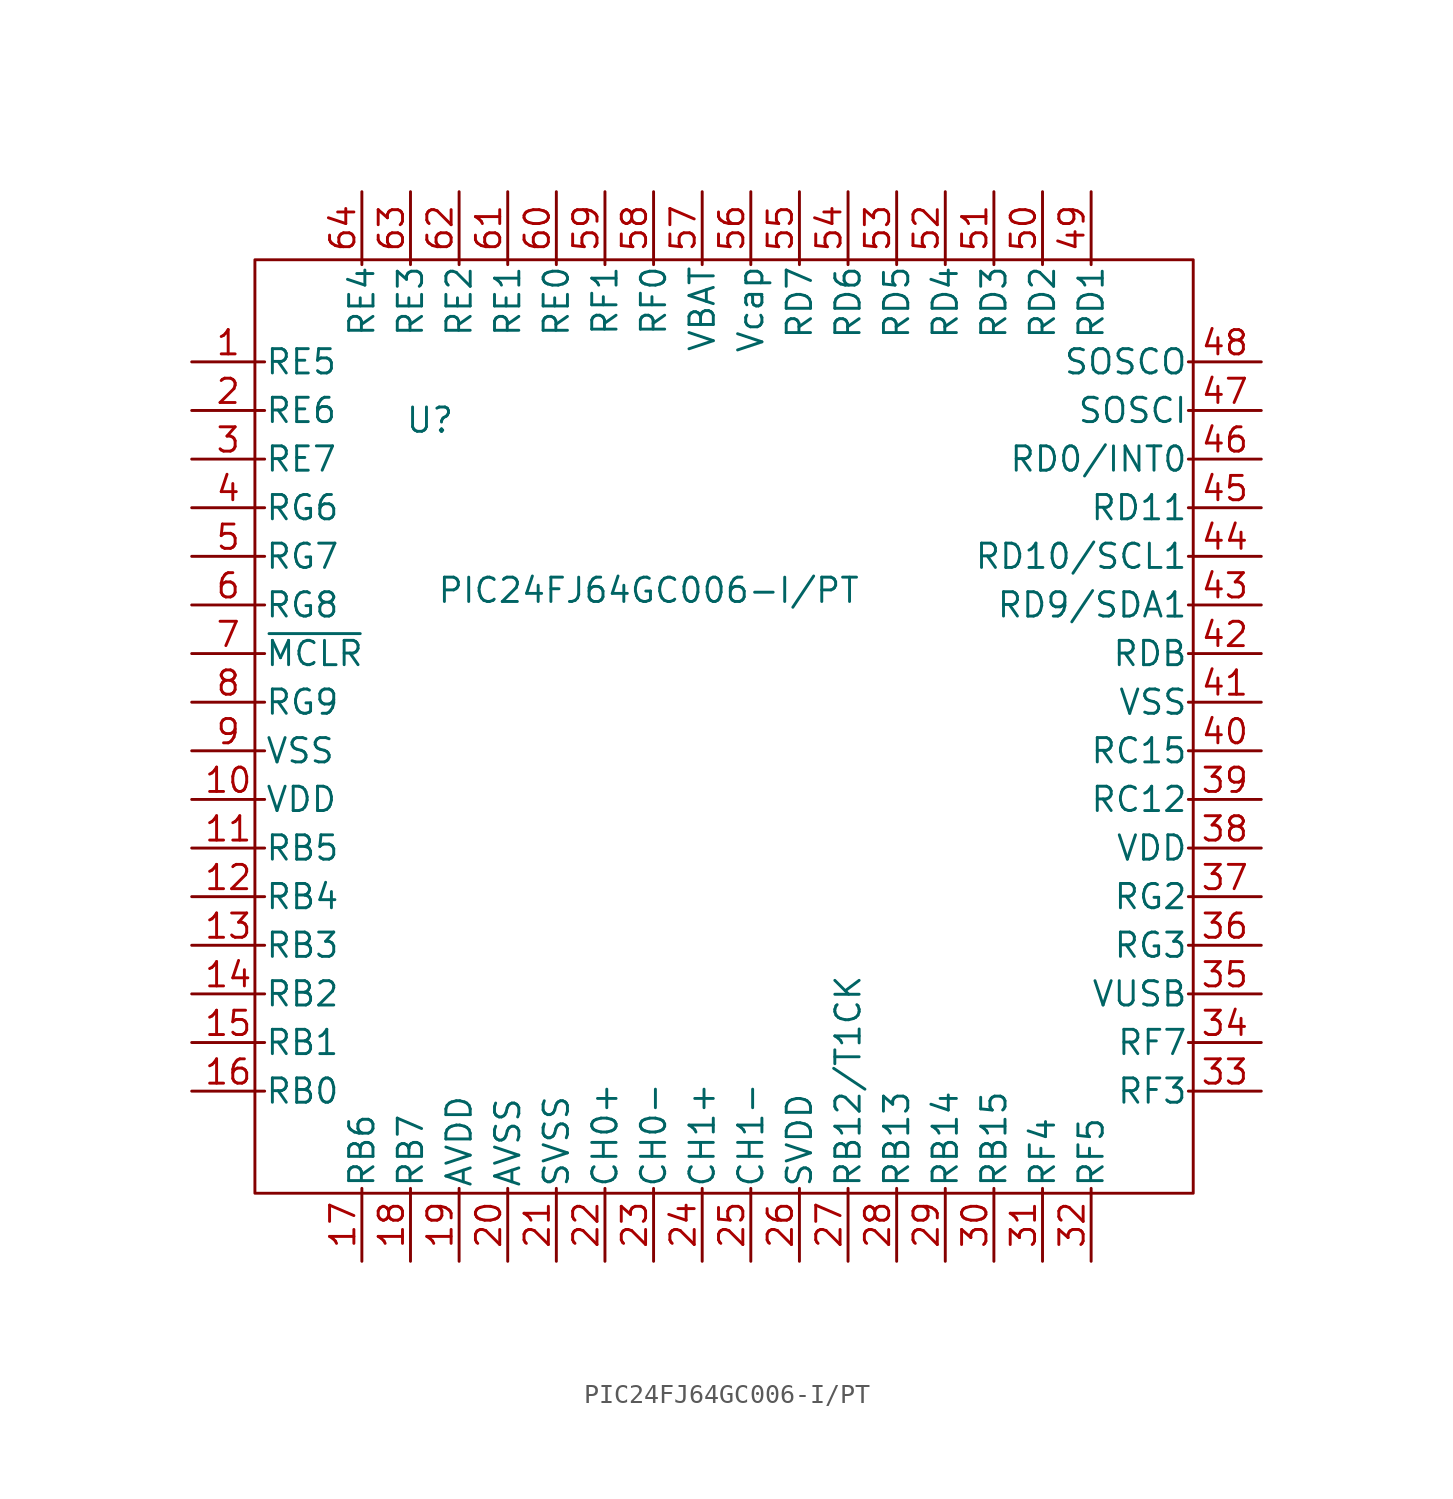
<source format=kicad_sym>
(kicad_symbol_lib
  (version 20231120)
  (generator "kicad_symbol_editor")
  (generator_version "8.0")
  (symbol "PIC24FJ64GC006-I/PT"
    (pin_names
      (offset 0.002))
    (property "Reference" "U"
      (at 12.446 -3.048 0)
      (effects (font (size 1.27 1.27))))
    (property "Value" "PIC24FJ64GC006-I/PT"
      (at 23.876 -11.938 0)
      (effects (font (size 1.27 1.27))))
    (symbol "PIC24FJ64GC006-I/PT_0_1"
      (rectangle (start 3.302 5.334) (end 52.324 -43.434) (stroke (width 0) (type default)) (fill (type none))))
    (symbol "PIC24FJ64GC006-I/PT_1_1"
      (pin bidirectional line (at 0 0 0) (length 3.81) (name "RE5" (effects (font (size 1.27 1.27)))) (number "1" (effects (font (size 1.27 1.27)))))
      (pin bidirectional line (at 0 -22.86 0) (length 3.81) (name "VDD" (effects (font (size 1.27 1.27)))) (number "10" (effects (font (size 1.27 1.27)))))
      (pin bidirectional line (at 0 -25.4 0) (length 3.81) (name "RB5" (effects (font (size 1.27 1.27)))) (number "11" (effects (font (size 1.27 1.27)))))
      (pin bidirectional line (at 0 -27.94 0) (length 3.81) (name "RB4" (effects (font (size 1.27 1.27)))) (number "12" (effects (font (size 1.27 1.27)))))
      (pin bidirectional line (at 0 -30.48 0) (length 3.81) (name "RB3" (effects (font (size 1.27 1.27)))) (number "13" (effects (font (size 1.27 1.27)))))
      (pin bidirectional line (at 0 -33.02 0) (length 3.81) (name "RB2" (effects (font (size 1.27 1.27)))) (number "14" (effects (font (size 1.27 1.27)))))
      (pin bidirectional line (at 0 -35.56 0) (length 3.81) (name "RB1" (effects (font (size 1.27 1.27)))) (number "15" (effects (font (size 1.27 1.27)))))
      (pin bidirectional line (at 0 -38.1 0) (length 3.81) (name "RB0" (effects (font (size 1.27 1.27)))) (number "16" (effects (font (size 1.27 1.27)))))
      (pin bidirectional line (at 8.89 -46.99 90) (length 3.81) (name "RB6" (effects (font (size 1.27 1.27)))) (number "17" (effects (font (size 1.27 1.27)))))
      (pin bidirectional line (at 11.43 -46.99 90) (length 3.81) (name "RB7" (effects (font (size 1.27 1.27)))) (number "18" (effects (font (size 1.27 1.27)))))
      (pin bidirectional line (at 13.97 -46.99 90) (length 3.81) (name "AVDD" (effects (font (size 1.27 1.27)))) (number "19" (effects (font (size 1.27 1.27)))))
      (pin bidirectional line (at 0 -2.54 0) (length 3.81) (name "RE6" (effects (font (size 1.27 1.27)))) (number "2" (effects (font (size 1.27 1.27)))))
      (pin bidirectional line (at 16.51 -46.99 90) (length 3.81) (name "AVSS" (effects (font (size 1.27 1.27)))) (number "20" (effects (font (size 1.27 1.27)))))
      (pin bidirectional line (at 19.05 -46.99 90) (length 3.81) (name "SVSS" (effects (font (size 1.27 1.27)))) (number "21" (effects (font (size 1.27 1.27)))))
      (pin bidirectional line (at 21.59 -46.99 90) (length 3.81) (name "CH0+" (effects (font (size 1.27 1.27)))) (number "22" (effects (font (size 1.27 1.27)))))
      (pin bidirectional line (at 24.13 -46.99 90) (length 3.81) (name "CH0-" (effects (font (size 1.27 1.27)))) (number "23" (effects (font (size 1.27 1.27)))))
      (pin bidirectional line (at 26.67 -46.99 90) (length 3.81) (name "CH1+" (effects (font (size 1.27 1.27)))) (number "24" (effects (font (size 1.27 1.27)))))
      (pin bidirectional line (at 29.21 -46.99 90) (length 3.81) (name "CH1-" (effects (font (size 1.27 1.27)))) (number "25" (effects (font (size 1.27 1.27)))))
      (pin bidirectional line (at 31.75 -46.99 90) (length 3.81) (name "SVDD" (effects (font (size 1.27 1.27)))) (number "26" (effects (font (size 1.27 1.27)))))
      (pin bidirectional line (at 34.29 -46.99 90) (length 3.81) (name "RB12/T1CK" (effects (font (size 1.27 1.27)))) (number "27" (effects (font (size 1.27 1.27)))))
      (pin bidirectional line (at 36.83 -46.99 90) (length 3.81) (name "RB13" (effects (font (size 1.27 1.27)))) (number "28" (effects (font (size 1.27 1.27)))))
      (pin bidirectional line (at 39.37 -46.99 90) (length 3.81) (name "RB14" (effects (font (size 1.27 1.27)))) (number "29" (effects (font (size 1.27 1.27)))))
      (pin bidirectional line (at 0 -5.08 0) (length 3.81) (name "RE7" (effects (font (size 1.27 1.27)))) (number "3" (effects (font (size 1.27 1.27)))))
      (pin bidirectional line (at 41.91 -46.99 90) (length 3.81) (name "RB15" (effects (font (size 1.27 1.27)))) (number "30" (effects (font (size 1.27 1.27)))))
      (pin bidirectional line (at 44.45 -46.99 90) (length 3.81) (name "RF4" (effects (font (size 1.27 1.27)))) (number "31" (effects (font (size 1.27 1.27)))))
      (pin bidirectional line (at 46.99 -46.99 90) (length 3.81) (name "RF5" (effects (font (size 1.27 1.27)))) (number "32" (effects (font (size 1.27 1.27)))))
      (pin bidirectional line (at 55.88 -38.1 180) (length 3.81) (name "RF3" (effects (font (size 1.27 1.27)))) (number "33" (effects (font (size 1.27 1.27)))))
      (pin bidirectional line (at 55.88 -35.56 180) (length 3.81) (name "RF7" (effects (font (size 1.27 1.27)))) (number "34" (effects (font (size 1.27 1.27)))))
      (pin bidirectional line (at 55.88 -33.02 180) (length 3.81) (name "VUSB" (effects (font (size 1.27 1.27)))) (number "35" (effects (font (size 1.27 1.27)))))
      (pin bidirectional line (at 55.88 -30.48 180) (length 3.81) (name "RG3" (effects (font (size 1.27 1.27)))) (number "36" (effects (font (size 1.27 1.27)))))
      (pin bidirectional line (at 55.88 -27.94 180) (length 3.81) (name "RG2" (effects (font (size 1.27 1.27)))) (number "37" (effects (font (size 1.27 1.27)))))
      (pin bidirectional line (at 55.88 -25.4 180) (length 3.81) (name "VDD" (effects (font (size 1.27 1.27)))) (number "38" (effects (font (size 1.27 1.27)))))
      (pin bidirectional line (at 55.88 -22.86 180) (length 3.81) (name "RC12" (effects (font (size 1.27 1.27)))) (number "39" (effects (font (size 1.27 1.27)))))
      (pin bidirectional line (at 0 -7.62 0) (length 3.81) (name "RG6" (effects (font (size 1.27 1.27)))) (number "4" (effects (font (size 1.27 1.27)))))
      (pin bidirectional line (at 55.88 -20.32 180) (length 3.81) (name "RC15" (effects (font (size 1.27 1.27)))) (number "40" (effects (font (size 1.27 1.27)))))
      (pin bidirectional line (at 55.88 -17.78 180) (length 3.81) (name "VSS" (effects (font (size 1.27 1.27)))) (number "41" (effects (font (size 1.27 1.27)))))
      (pin bidirectional line (at 55.88 -15.24 180) (length 3.81) (name "RDB" (effects (font (size 1.27 1.27)))) (number "42" (effects (font (size 1.27 1.27)))))
      (pin bidirectional line (at 55.88 -12.7 180) (length 3.81) (name "RD9/SDA1" (effects (font (size 1.27 1.27)))) (number "43" (effects (font (size 1.27 1.27)))))
      (pin bidirectional line (at 55.88 -10.16 180) (length 3.81) (name "RD10/SCL1" (effects (font (size 1.27 1.27)))) (number "44" (effects (font (size 1.27 1.27)))))
      (pin bidirectional line (at 55.88 -7.62 180) (length 3.81) (name "RD11" (effects (font (size 1.27 1.27)))) (number "45" (effects (font (size 1.27 1.27)))))
      (pin bidirectional line (at 55.88 -5.08 180) (length 3.81) (name "RD0/INT0" (effects (font (size 1.27 1.27)))) (number "46" (effects (font (size 1.27 1.27)))))
      (pin bidirectional line (at 55.88 -2.54 180) (length 3.81) (name "SOSCI" (effects (font (size 1.27 1.27)))) (number "47" (effects (font (size 1.27 1.27)))))
      (pin bidirectional line (at 55.88 0 180) (length 3.81) (name "SOSCO" (effects (font (size 1.27 1.27)))) (number "48" (effects (font (size 1.27 1.27)))))
      (pin bidirectional line (at 46.99 8.89 270) (length 3.81) (name "RD1" (effects (font (size 1.27 1.27)))) (number "49" (effects (font (size 1.27 1.27)))))
      (pin bidirectional line (at 0 -10.16 0) (length 3.81) (name "RG7" (effects (font (size 1.27 1.27)))) (number "5" (effects (font (size 1.27 1.27)))))
      (pin bidirectional line (at 44.45 8.89 270) (length 3.81) (name "RD2" (effects (font (size 1.27 1.27)))) (number "50" (effects (font (size 1.27 1.27)))))
      (pin bidirectional line (at 41.91 8.89 270) (length 3.81) (name "RD3" (effects (font (size 1.27 1.27)))) (number "51" (effects (font (size 1.27 1.27)))))
      (pin bidirectional line (at 39.37 8.89 270) (length 3.81) (name "RD4" (effects (font (size 1.27 1.27)))) (number "52" (effects (font (size 1.27 1.27)))))
      (pin bidirectional line (at 36.83 8.89 270) (length 3.81) (name "RD5" (effects (font (size 1.27 1.27)))) (number "53" (effects (font (size 1.27 1.27)))))
      (pin bidirectional line (at 34.29 8.89 270) (length 3.81) (name "RD6" (effects (font (size 1.27 1.27)))) (number "54" (effects (font (size 1.27 1.27)))))
      (pin bidirectional line (at 31.75 8.89 270) (length 3.81) (name "RD7" (effects (font (size 1.27 1.27)))) (number "55" (effects (font (size 1.27 1.27)))))
      (pin bidirectional line (at 29.21 8.89 270) (length 3.81) (name "Vcap" (effects (font (size 1.27 1.27)))) (number "56" (effects (font (size 1.27 1.27)))))
      (pin bidirectional line (at 26.67 8.89 270) (length 3.81) (name "VBAT" (effects (font (size 1.27 1.27)))) (number "57" (effects (font (size 1.27 1.27)))))
      (pin bidirectional line (at 24.13 8.89 270) (length 3.81) (name "RF0" (effects (font (size 1.27 1.27)))) (number "58" (effects (font (size 1.27 1.27)))))
      (pin bidirectional line (at 21.59 8.89 270) (length 3.81) (name "RF1" (effects (font (size 1.27 1.27)))) (number "59" (effects (font (size 1.27 1.27)))))
      (pin bidirectional line (at 0 -12.7 0) (length 3.81) (name "RG8" (effects (font (size 1.27 1.27)))) (number "6" (effects (font (size 1.27 1.27)))))
      (pin bidirectional line (at 19.05 8.89 270) (length 3.81) (name "RE0" (effects (font (size 1.27 1.27)))) (number "60" (effects (font (size 1.27 1.27)))))
      (pin bidirectional line (at 16.51 8.89 270) (length 3.81) (name "RE1" (effects (font (size 1.27 1.27)))) (number "61" (effects (font (size 1.27 1.27)))))
      (pin bidirectional line (at 13.97 8.89 270) (length 3.81) (name "RE2" (effects (font (size 1.27 1.27)))) (number "62" (effects (font (size 1.27 1.27)))))
      (pin bidirectional line (at 11.43 8.89 270) (length 3.81) (name "RE3" (effects (font (size 1.27 1.27)))) (number "63" (effects (font (size 1.27 1.27)))))
      (pin bidirectional line (at 8.89 8.89 270) (length 3.81) (name "RE4" (effects (font (size 1.27 1.27)))) (number "64" (effects (font (size 1.27 1.27)))))
      (pin bidirectional line (at 0 -15.24 0) (length 3.81) (name "~{MCLR}" (effects (font (size 1.27 1.27)))) (number "7" (effects (font (size 1.27 1.27)))))
      (pin bidirectional line (at 0 -17.78 0) (length 3.81) (name "RG9" (effects (font (size 1.27 1.27)))) (number "8" (effects (font (size 1.27 1.27)))))
      (pin bidirectional line (at 0 -20.32 0) (length 3.81) (name "VSS" (effects (font (size 1.27 1.27)))) (number "9" (effects (font (size 1.27 1.27))))))))
</source>
